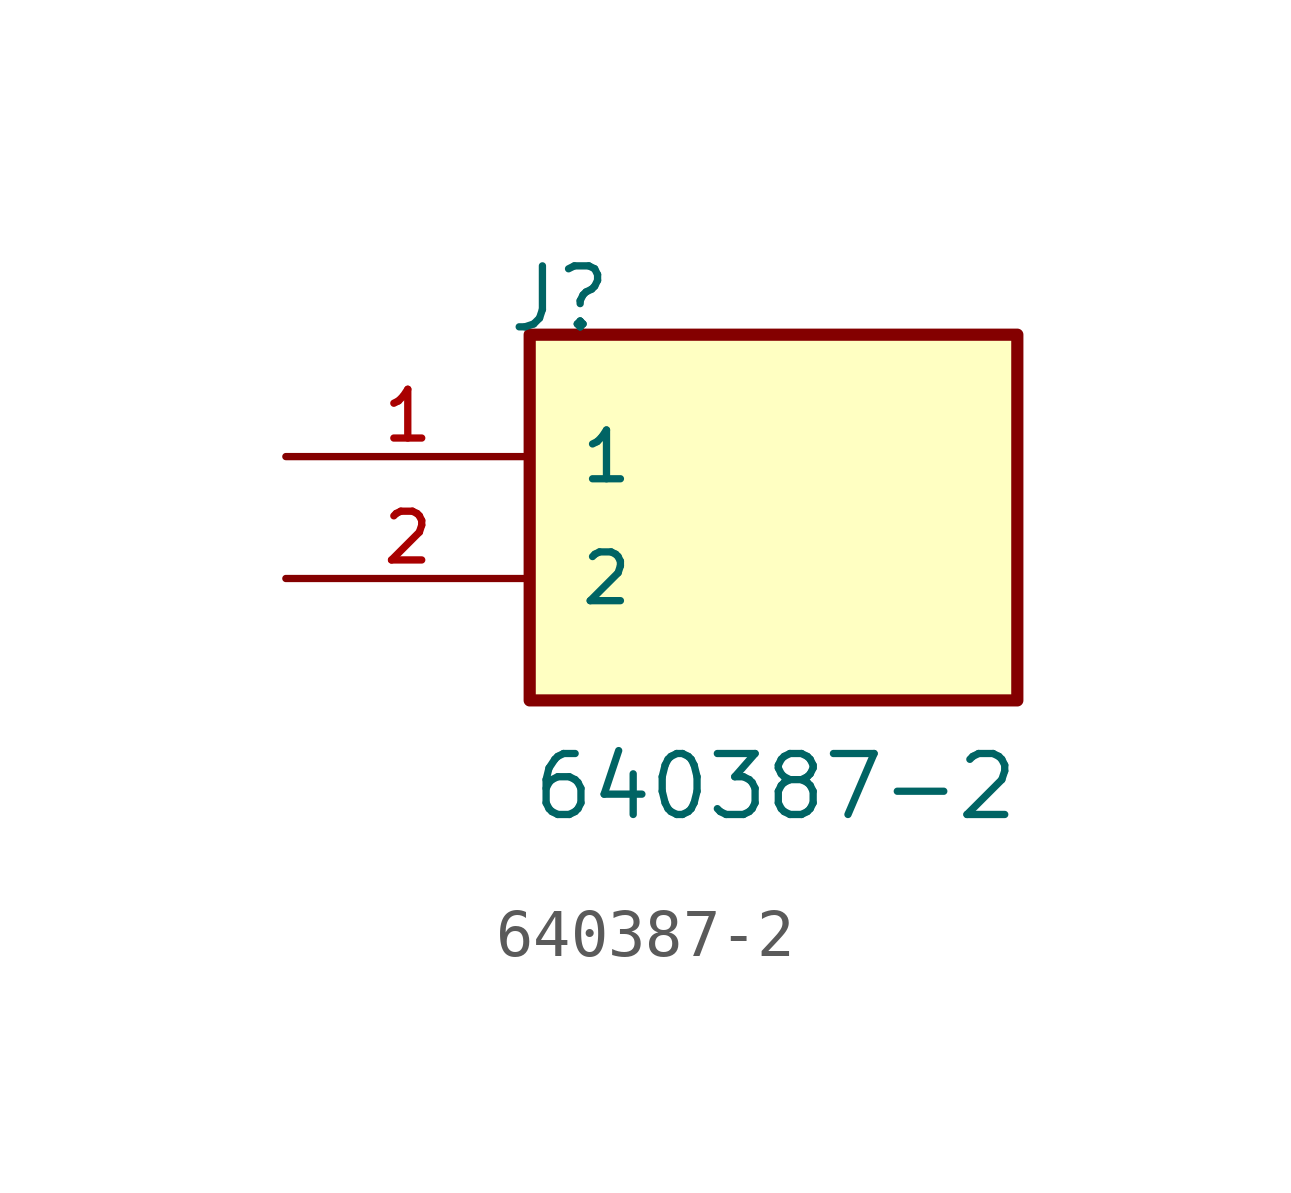
<source format=kicad_sym>
(kicad_symbol_lib
  (version 20211014)
  (generator kicad_symbol_editor)
  (symbol "640387-2"
    (pin_names
      (offset 1.016))
    (property "Reference" "J"
      (at -5.58 5.08 0)
      (effects (font (size 1.27 1.27)) (justify bottom left)))
    (property "Value" "640387-2"
      (at -5.08 -5.08 0)
      (effects (font (size 1.27 1.27)) (justify bottom left)))
    (symbol "640387-2_0_0"
      (rectangle (start -5.08 -2.54) (end 5.08 5.08) (stroke (width 0.254)) (fill (type background)))
      (pin passive line (at -10.16 2.54 0) (length 5.08) (name "1" (effects (font (size 1.016 1.016)))) (number "1" (effects (font (size 1.016 1.016)))))
      (pin passive line (at -10.16 0.0 0) (length 5.08) (name "2" (effects (font (size 1.016 1.016)))) (number "2" (effects (font (size 1.016 1.016))))))))
</source>
